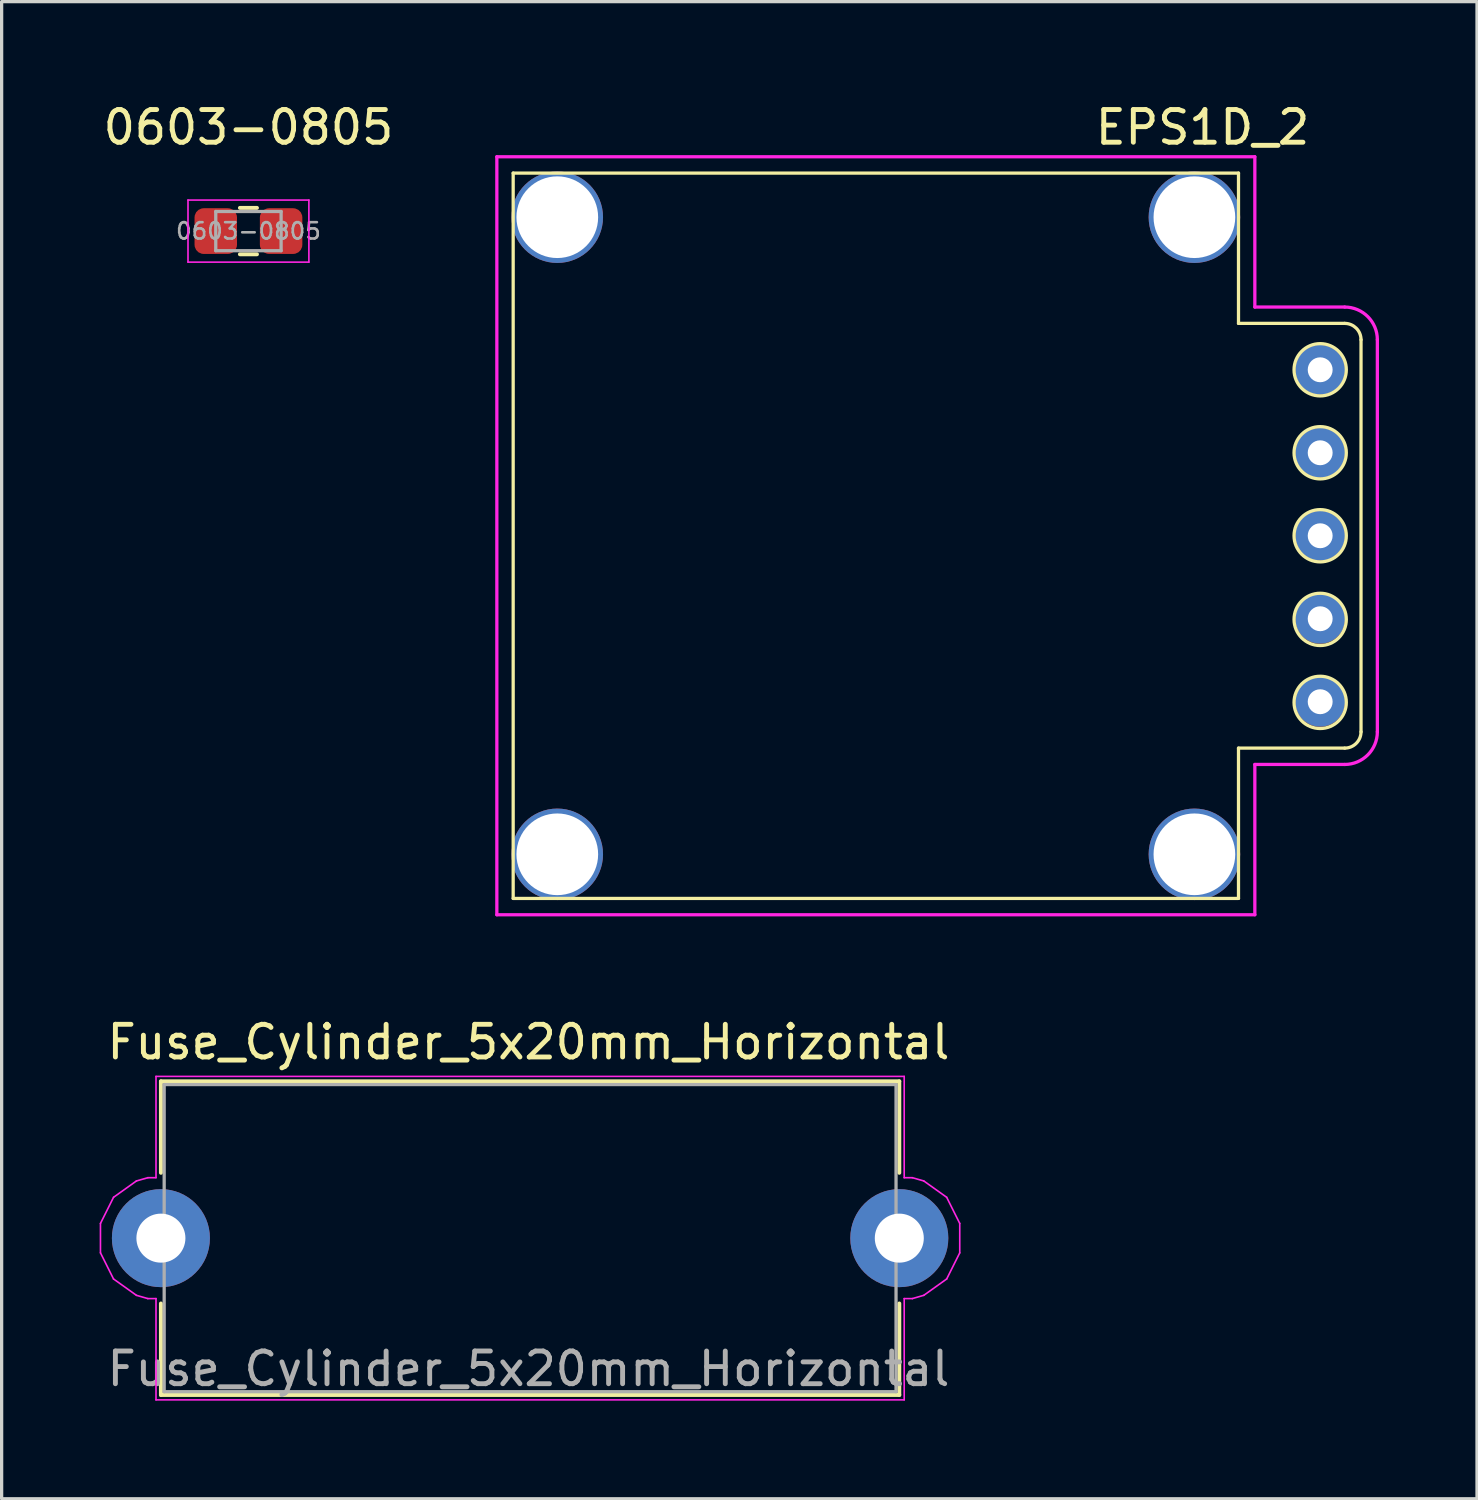
<source format=kicad_pcb>
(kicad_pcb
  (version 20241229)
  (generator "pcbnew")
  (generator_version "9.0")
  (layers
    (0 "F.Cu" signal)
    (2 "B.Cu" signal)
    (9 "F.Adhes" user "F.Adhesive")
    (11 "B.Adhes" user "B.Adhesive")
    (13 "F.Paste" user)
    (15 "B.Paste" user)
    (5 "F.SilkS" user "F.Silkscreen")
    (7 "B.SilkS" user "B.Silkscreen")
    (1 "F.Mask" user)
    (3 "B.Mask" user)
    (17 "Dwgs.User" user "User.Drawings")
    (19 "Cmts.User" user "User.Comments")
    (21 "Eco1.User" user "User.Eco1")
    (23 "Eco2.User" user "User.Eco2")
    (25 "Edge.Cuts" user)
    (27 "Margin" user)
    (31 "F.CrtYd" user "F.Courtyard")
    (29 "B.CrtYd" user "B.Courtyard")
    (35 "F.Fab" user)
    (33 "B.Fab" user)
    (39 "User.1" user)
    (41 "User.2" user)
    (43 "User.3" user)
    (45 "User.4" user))
  (footprint "EPS1D_2"
    (layer "F.Cu")
    (at 23.757 13.348)
    (property "Reference" "EPS1D_2" (at 10 -12.5 0) (layer "F.SilkS") (effects (font (size 1 1) (thickness 0.15))))
    (attr smd)
    (fp_line (start -11.1 -11.1) (end -11.1 11.1) (stroke (width 0.1) (type solid)) (layer "F.SilkS"))
    (fp_line (start -11.1 11.1) (end 11.1 11.1) (stroke (width 0.1) (type solid)) (layer "F.SilkS"))
    (fp_line (start 11.1 -11.1) (end -11.1 -11.1) (stroke (width 0.1) (type solid)) (layer "F.SilkS"))
    (fp_line (start 11.1 -6.5) (end 11.1 -11.1) (stroke (width 0.1) (type solid)) (layer "F.SilkS"))
    (fp_line (start 11.1 -6.5) (end 14.35 -6.5) (stroke (width 0.1) (type solid)) (layer "F.SilkS"))
    (fp_line (start 11.1 6.5) (end 11.1 11.1) (stroke (width 0.1) (type solid)) (layer "F.SilkS"))
    (fp_line (start 14.35 6.5) (end 11.1 6.5) (stroke (width 0.1) (type solid)) (layer "F.SilkS"))
    (fp_line (start 14.85 -6) (end 14.85 6) (stroke (width 0.1) (type solid)) (layer "F.SilkS"))
    (fp_arc (start 14.35 -6.5) (mid 14.703553 -6.353553) (end 14.85 -6) (stroke (width 0.1) (type solid)) (layer "F.SilkS"))
    (fp_arc (start 14.85 6) (mid 14.703553 6.353553) (end 14.35 6.5) (stroke (width 0.1) (type solid)) (layer "F.SilkS"))
    (fp_circle (center 13.6 -5.08) (end 14.4 -5.08) (stroke (width 0.1) (type solid)) (fill no) (layer "F.SilkS"))
    (fp_circle (center 13.6 -2.54) (end 14.4 -2.54) (stroke (width 0.1) (type solid)) (fill no) (layer "F.SilkS"))
    (fp_circle (center 13.6 0) (end 14.4 0) (stroke (width 0.1) (type solid)) (fill no) (layer "F.SilkS"))
    (fp_circle (center 13.6 2.56) (end 14.4 2.56) (stroke (width 0.1) (type solid)) (fill no) (layer "F.SilkS"))
    (fp_circle (center 13.6 5.1) (end 14.4 5.1) (stroke (width 0.1) (type solid)) (fill no) (layer "F.SilkS"))
    (fp_line (start -11.6 -11.6) (end 11.6 -11.6) (stroke (width 0.1) (type solid)) (layer "F.CrtYd"))
    (fp_line (start -11.6 11.6) (end -11.6 -11.6) (stroke (width 0.1) (type solid)) (layer "F.CrtYd"))
    (fp_line (start 11.6 -11.6) (end 11.6 -7) (stroke (width 0.1) (type solid)) (layer "F.CrtYd"))
    (fp_line (start 11.6 -7) (end 14.35 -7) (stroke (width 0.1) (type solid)) (layer "F.CrtYd"))
    (fp_line (start 11.6 7) (end 11.6 11.6) (stroke (width 0.1) (type solid)) (layer "F.CrtYd"))
    (fp_line (start 11.6 11.6) (end -11.6 11.6) (stroke (width 0.1) (type solid)) (layer "F.CrtYd"))
    (fp_line (start 14.35 7) (end 11.6 7) (stroke (width 0.1) (type solid)) (layer "F.CrtYd"))
    (fp_line (start 15.35 -6) (end 15.35 6) (stroke (width 0.1) (type solid)) (layer "F.CrtYd"))
    (fp_arc (start 14.35 -7) (mid 15.057107 -6.707107) (end 15.35 -6) (stroke (width 0.1) (type solid)) (layer "F.CrtYd"))
    (fp_arc (start 15.35 6) (mid 15.057107 6.707107) (end 14.35 7) (stroke (width 0.1) (type solid)) (layer "F.CrtYd"))
    (pad "" thru_hole circle (at -9.75 -9.75) (size 2.8 2.8) (drill 2.5) (layers "*.Cu" "*.Mask"))
    (pad "" thru_hole circle (at -9.75 9.75) (size 2.8 2.8) (drill 2.5) (layers "*.Cu" "*.Mask"))
    (pad "" thru_hole circle (at 9.75 -9.75) (size 2.8 2.8) (drill 2.5) (layers "*.Cu" "*.Mask"))
    (pad "" thru_hole circle (at 9.75 9.75) (size 2.8 2.8) (drill 2.5) (layers "*.Cu" "*.Mask"))
    (pad "1" thru_hole circle (at 13.6 -5.08) (size 1.524 1.524) (drill 0.762) (layers "*.Cu" "*.Mask"))
    (pad "2" thru_hole circle (at 13.6 -2.54) (size 1.524 1.524) (drill 0.762) (layers "*.Cu" "*.Mask"))
    (pad "3" thru_hole circle (at 13.6 0) (size 1.524 1.524) (drill 0.762) (layers "*.Cu" "*.Mask"))
    (pad "4" thru_hole circle (at 13.6 2.54) (size 1.524 1.524) (drill 0.762) (layers "*.Cu" "*.Mask"))
    (pad "5" thru_hole circle (at 13.6 5.08) (size 1.524 1.524) (drill 0.762) (layers "*.Cu" "*.Mask")))
  (footprint "Fuse_Cylinder_5x20mm_Horizontal"
    (layer "F.Cu")
    (at 1.875 34.846)
    (property "Reference" "Fuse_Cylinder_5x20mm_Horizontal" (at 11.25 -6 0) (layer "F.SilkS") (effects (font (size 1 1) (thickness 0.15))))
    (attr through_hole)
    (fp_line (start 0 -4.8) (end 22.6 -4.8) (stroke (width 0.12) (type solid)) (layer "F.SilkS"))
    (fp_line (start 0 -2) (end 0 -4.8) (stroke (width 0.12) (type solid)) (layer "F.SilkS"))
    (fp_line (start 0 4.8) (end 0 2) (stroke (width 0.12) (type solid)) (layer "F.SilkS"))
    (fp_line (start 0 4.8) (end 22.6 4.8) (stroke (width 0.12) (type solid)) (layer "F.SilkS"))
    (fp_line (start 22.6 -2) (end 22.6 -4.8) (stroke (width 0.12) (type solid)) (layer "F.SilkS"))
    (fp_line (start 22.6 4.8) (end 22.6 2) (stroke (width 0.12) (type solid)) (layer "F.SilkS"))
    (fp_line (start -1.85 -0.45) (end -1.85 0.45) (stroke (width 0.05) (type solid)) (layer "F.CrtYd"))
    (fp_line (start -1.85 -0.45) (end -1.45 -1.25) (stroke (width 0.05) (type solid)) (layer "F.CrtYd"))
    (fp_line (start -1.45 1.25) (end -1.85 0.45) (stroke (width 0.05) (type solid)) (layer "F.CrtYd"))
    (fp_line (start -1.45 1.25) (end -0.75 1.75) (stroke (width 0.05) (type solid)) (layer "F.CrtYd"))
    (fp_line (start -0.75 -1.75) (end -1.45 -1.25) (stroke (width 0.05) (type solid)) (layer "F.CrtYd"))
    (fp_line (start -0.75 1.75) (end -0.4 1.85) (stroke (width 0.05) (type solid)) (layer "F.CrtYd"))
    (fp_line (start -0.4 -1.85) (end -0.75 -1.75) (stroke (width 0.05) (type solid)) (layer "F.CrtYd"))
    (fp_line (start -0.4 1.85) (end -0.15 1.85) (stroke (width 0.05) (type solid)) (layer "F.CrtYd"))
    (fp_line (start -0.15 -4.95) (end 22.75 -4.95) (stroke (width 0.05) (type solid)) (layer "F.CrtYd"))
    (fp_line (start -0.15 -1.85) (end -0.4 -1.85) (stroke (width 0.05) (type solid)) (layer "F.CrtYd"))
    (fp_line (start -0.15 -1.85) (end -0.15 -4.95) (stroke (width 0.05) (type solid)) (layer "F.CrtYd"))
    (fp_line (start -0.15 4.95) (end -0.15 1.85) (stroke (width 0.05) (type solid)) (layer "F.CrtYd"))
    (fp_line (start 22.75 -1.85) (end 22.75 -4.95) (stroke (width 0.05) (type solid)) (layer "F.CrtYd"))
    (fp_line (start 22.75 -1.85) (end 23 -1.85) (stroke (width 0.05) (type solid)) (layer "F.CrtYd"))
    (fp_line (start 22.75 1.85) (end 22.75 4.95) (stroke (width 0.05) (type solid)) (layer "F.CrtYd"))
    (fp_line (start 22.75 1.85) (end 23 1.85) (stroke (width 0.05) (type solid)) (layer "F.CrtYd"))
    (fp_line (start 22.75 4.95) (end -0.15 4.95) (stroke (width 0.05) (type solid)) (layer "F.CrtYd"))
    (fp_line (start 23 1.85) (end 23.35 1.75) (stroke (width 0.05) (type solid)) (layer "F.CrtYd"))
    (fp_line (start 23.35 -1.75) (end 23 -1.85) (stroke (width 0.05) (type solid)) (layer "F.CrtYd"))
    (fp_line (start 23.35 1.75) (end 24.05 1.25) (stroke (width 0.05) (type solid)) (layer "F.CrtYd"))
    (fp_line (start 24.05 -1.25) (end 23.35 -1.75) (stroke (width 0.05) (type solid)) (layer "F.CrtYd"))
    (fp_line (start 24.05 1.25) (end 24.45 0.45) (stroke (width 0.05) (type solid)) (layer "F.CrtYd"))
    (fp_line (start 24.45 -0.45) (end 24.05 -1.25) (stroke (width 0.05) (type solid)) (layer "F.CrtYd"))
    (fp_line (start 24.45 0.45) (end 24.45 -0.45) (stroke (width 0.05) (type solid)) (layer "F.CrtYd"))
    (fp_line (start 0.1 -4.7) (end 0.1 4.7) (stroke (width 0.1) (type solid)) (layer "F.Fab"))
    (fp_line (start 0.1 4.7) (end 22.5 4.7) (stroke (width 0.1) (type solid)) (layer "F.Fab"))
    (fp_line (start 22.5 -4.7) (end 0.1 -4.7) (stroke (width 0.1) (type solid)) (layer "F.Fab"))
    (fp_line (start 22.5 4.7) (end 22.5 -4.7) (stroke (width 0.1) (type solid)) (layer "F.Fab"))
    (fp_text user "${REFERENCE}" (at 11.25 4 0) (layer "F.Fab") (effects (font (size 1 1) (thickness 0.15))))
    (pad "1" thru_hole circle (at 0 0) (size 3 3) (drill 1.5) (layers "*.Cu" "*.Mask"))
    (pad "2" thru_hole circle (at 22.6 0) (size 3 3) (drill 1.5) (layers "*.Cu" "*.Mask")))
  (footprint "0603-0805"
    (layer "F.Cu")
    (at 4.554 4.023)
    (property "Reference" "0603-0805" (at 0 -3.175 0) (layer "F.SilkS") (effects (font (size 1 1) (thickness 0.15))))
    (attr through_hole)
    (fp_line (start -0.261 -0.71) (end 0.261 -0.71) (stroke (width 0.12) (type solid)) (layer "F.SilkS"))
    (fp_line (start -0.261 0.71) (end 0.261 0.71) (stroke (width 0.12) (type solid)) (layer "F.SilkS"))
    (fp_line (start -1.85 -0.95) (end 1.85 -0.95) (stroke (width 0.05) (type solid)) (layer "F.CrtYd"))
    (fp_line (start -1.85 0.95) (end -1.85 -0.95) (stroke (width 0.05) (type solid)) (layer "F.CrtYd"))
    (fp_line (start 1.85 -0.95) (end 1.85 0.95) (stroke (width 0.05) (type solid)) (layer "F.CrtYd"))
    (fp_line (start 1.85 0.95) (end -1.85 0.95) (stroke (width 0.05) (type solid)) (layer "F.CrtYd"))
    (fp_line (start -1 -0.6) (end 1 -0.6) (stroke (width 0.1) (type solid)) (layer "F.Fab"))
    (fp_line (start -1 0.6) (end -1 -0.6) (stroke (width 0.1) (type solid)) (layer "F.Fab"))
    (fp_line (start 1 -0.6) (end 1 0.6) (stroke (width 0.1) (type solid)) (layer "F.Fab"))
    (fp_line (start 1 0.6) (end -1 0.6) (stroke (width 0.1) (type solid)) (layer "F.Fab"))
    (fp_text user "${REFERENCE}" (at 0 0 0) (layer "F.Fab") (effects (font (size 0.5 0.5) (thickness 0.08))))
    (pad "1" smd roundrect (at -1 0) (size 1.3 1.4) (layers "F.Cu" "F.Mask" "F.Paste") (roundrect_rratio 0.217))
    (pad "2" smd roundrect (at 1 0) (size 1.3 1.4) (layers "F.Cu" "F.Mask" "F.Paste") (roundrect_rratio 0.217)))
  (gr_rect
    (start -3 -3)
    (end 42.157 42.822)
    (stroke (width 0.1) (type default))
    (fill no)
    (layer "Edge.Cuts")))
</source>
